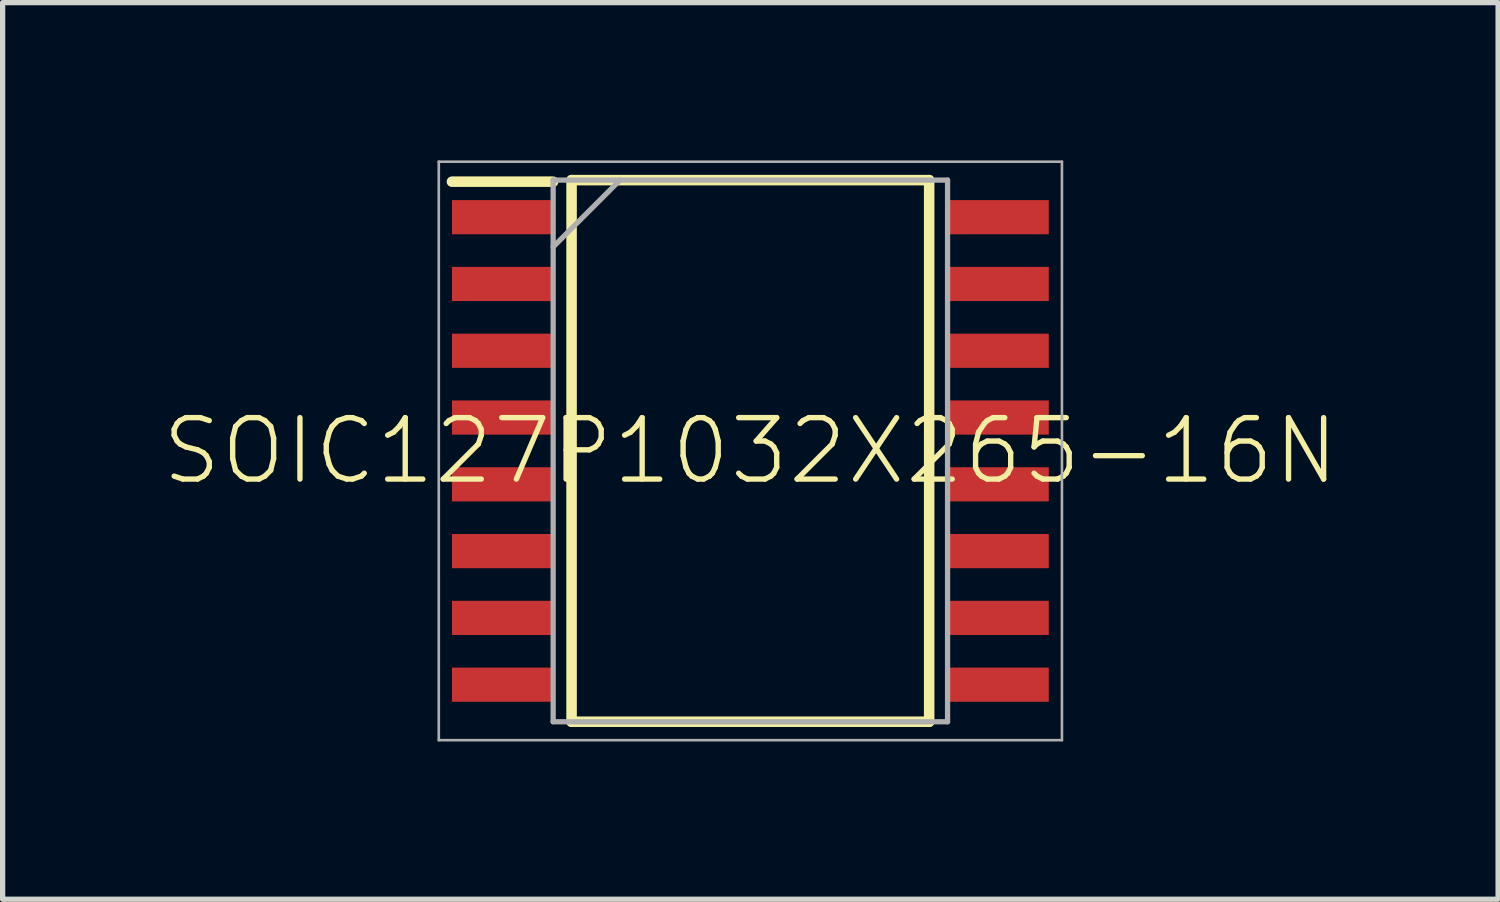
<source format=kicad_pcb>
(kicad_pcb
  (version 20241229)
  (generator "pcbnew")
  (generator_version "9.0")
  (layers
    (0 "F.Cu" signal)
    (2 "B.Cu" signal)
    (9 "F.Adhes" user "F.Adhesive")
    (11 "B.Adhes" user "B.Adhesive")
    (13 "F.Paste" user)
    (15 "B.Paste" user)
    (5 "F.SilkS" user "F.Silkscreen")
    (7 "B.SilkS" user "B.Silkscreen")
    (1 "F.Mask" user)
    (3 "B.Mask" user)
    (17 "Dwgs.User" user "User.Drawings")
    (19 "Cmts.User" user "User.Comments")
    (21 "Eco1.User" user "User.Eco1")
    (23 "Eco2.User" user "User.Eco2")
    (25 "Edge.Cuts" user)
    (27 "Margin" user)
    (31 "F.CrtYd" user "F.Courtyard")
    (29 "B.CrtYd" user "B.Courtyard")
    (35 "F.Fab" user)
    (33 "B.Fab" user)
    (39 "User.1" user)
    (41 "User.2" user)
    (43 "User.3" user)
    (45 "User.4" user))
  (footprint "SOIC127P1032X265-16N"
    (layer "F.Cu")
    (at 11.219 5.525)
    (property "Reference" "SOIC127P1032X265-16N" (at 0 0 0) (layer "F.SilkS") (effects (font (size 1.168 1.168) (thickness 0.102))))
    (fp_line (start -5.675 -5.12) (end -3.75 -5.12) (stroke (width 0.2) (type solid)) (layer "F.SilkS"))
    (fp_line (start -3.4 -5.15) (end 3.4 -5.15) (stroke (width 0.2) (type solid)) (layer "F.SilkS"))
    (fp_line (start -3.4 5.15) (end -3.4 -5.15) (stroke (width 0.2) (type solid)) (layer "F.SilkS"))
    (fp_line (start 3.4 -5.15) (end 3.4 5.15) (stroke (width 0.2) (type solid)) (layer "F.SilkS"))
    (fp_line (start 3.4 5.15) (end -3.4 5.15) (stroke (width 0.2) (type solid)) (layer "F.SilkS"))
    (fp_line (start -5.925 -5.5) (end 5.925 -5.5) (stroke (width 0.05) (type solid)) (layer "F.Fab"))
    (fp_line (start -5.925 5.5) (end -5.925 -5.5) (stroke (width 0.05) (type solid)) (layer "F.Fab"))
    (fp_line (start -3.75 -5.15) (end 3.75 -5.15) (stroke (width 0.1) (type solid)) (layer "F.Fab"))
    (fp_line (start -3.75 -3.88) (end -2.48 -5.15) (stroke (width 0.1) (type solid)) (layer "F.Fab"))
    (fp_line (start -3.75 5.15) (end -3.75 -5.15) (stroke (width 0.1) (type solid)) (layer "F.Fab"))
    (fp_line (start 3.75 -5.15) (end 3.75 5.15) (stroke (width 0.1) (type solid)) (layer "F.Fab"))
    (fp_line (start 3.75 5.15) (end -3.75 5.15) (stroke (width 0.1) (type solid)) (layer "F.Fab"))
    (fp_line (start 5.925 -5.5) (end 5.925 5.5) (stroke (width 0.05) (type solid)) (layer "F.Fab"))
    (fp_line (start 5.925 5.5) (end -5.925 5.5) (stroke (width 0.05) (type solid)) (layer "F.Fab"))
    (pad "1" smd rect (at -4.712 -4.445) (size 1.925 0.65) (layers "F.Cu" "F.Mask" "F.Paste"))
    (pad "2" smd rect (at -4.712 -3.175) (size 1.925 0.65) (layers "F.Cu" "F.Mask" "F.Paste"))
    (pad "3" smd rect (at -4.712 -1.905) (size 1.925 0.65) (layers "F.Cu" "F.Mask" "F.Paste"))
    (pad "4" smd rect (at -4.712 -0.635) (size 1.925 0.65) (layers "F.Cu" "F.Mask" "F.Paste"))
    (pad "5" smd rect (at -4.712 0.635) (size 1.925 0.65) (layers "F.Cu" "F.Mask" "F.Paste"))
    (pad "6" smd rect (at -4.712 1.905) (size 1.925 0.65) (layers "F.Cu" "F.Mask" "F.Paste"))
    (pad "7" smd rect (at -4.712 3.175) (size 1.925 0.65) (layers "F.Cu" "F.Mask" "F.Paste"))
    (pad "8" smd rect (at -4.712 4.445) (size 1.925 0.65) (layers "F.Cu" "F.Mask" "F.Paste"))
    (pad "9" smd rect (at 4.712 4.445) (size 1.925 0.65) (layers "F.Cu" "F.Mask" "F.Paste"))
    (pad "10" smd rect (at 4.712 3.175) (size 1.925 0.65) (layers "F.Cu" "F.Mask" "F.Paste"))
    (pad "11" smd rect (at 4.712 1.905) (size 1.925 0.65) (layers "F.Cu" "F.Mask" "F.Paste"))
    (pad "12" smd rect (at 4.712 0.635) (size 1.925 0.65) (layers "F.Cu" "F.Mask" "F.Paste"))
    (pad "13" smd rect (at 4.712 -0.635) (size 1.925 0.65) (layers "F.Cu" "F.Mask" "F.Paste"))
    (pad "14" smd rect (at 4.712 -1.905) (size 1.925 0.65) (layers "F.Cu" "F.Mask" "F.Paste"))
    (pad "15" smd rect (at 4.712 -3.175) (size 1.925 0.65) (layers "F.Cu" "F.Mask" "F.Paste"))
    (pad "16" smd rect (at 4.712 -4.445) (size 1.925 0.65) (layers "F.Cu" "F.Mask" "F.Paste")))
  (gr_rect
    (start -3 -3)
    (end 25.438 14.05)
    (stroke (width 0.1) (type default))
    (fill no)
    (layer "Edge.Cuts")))
</source>
